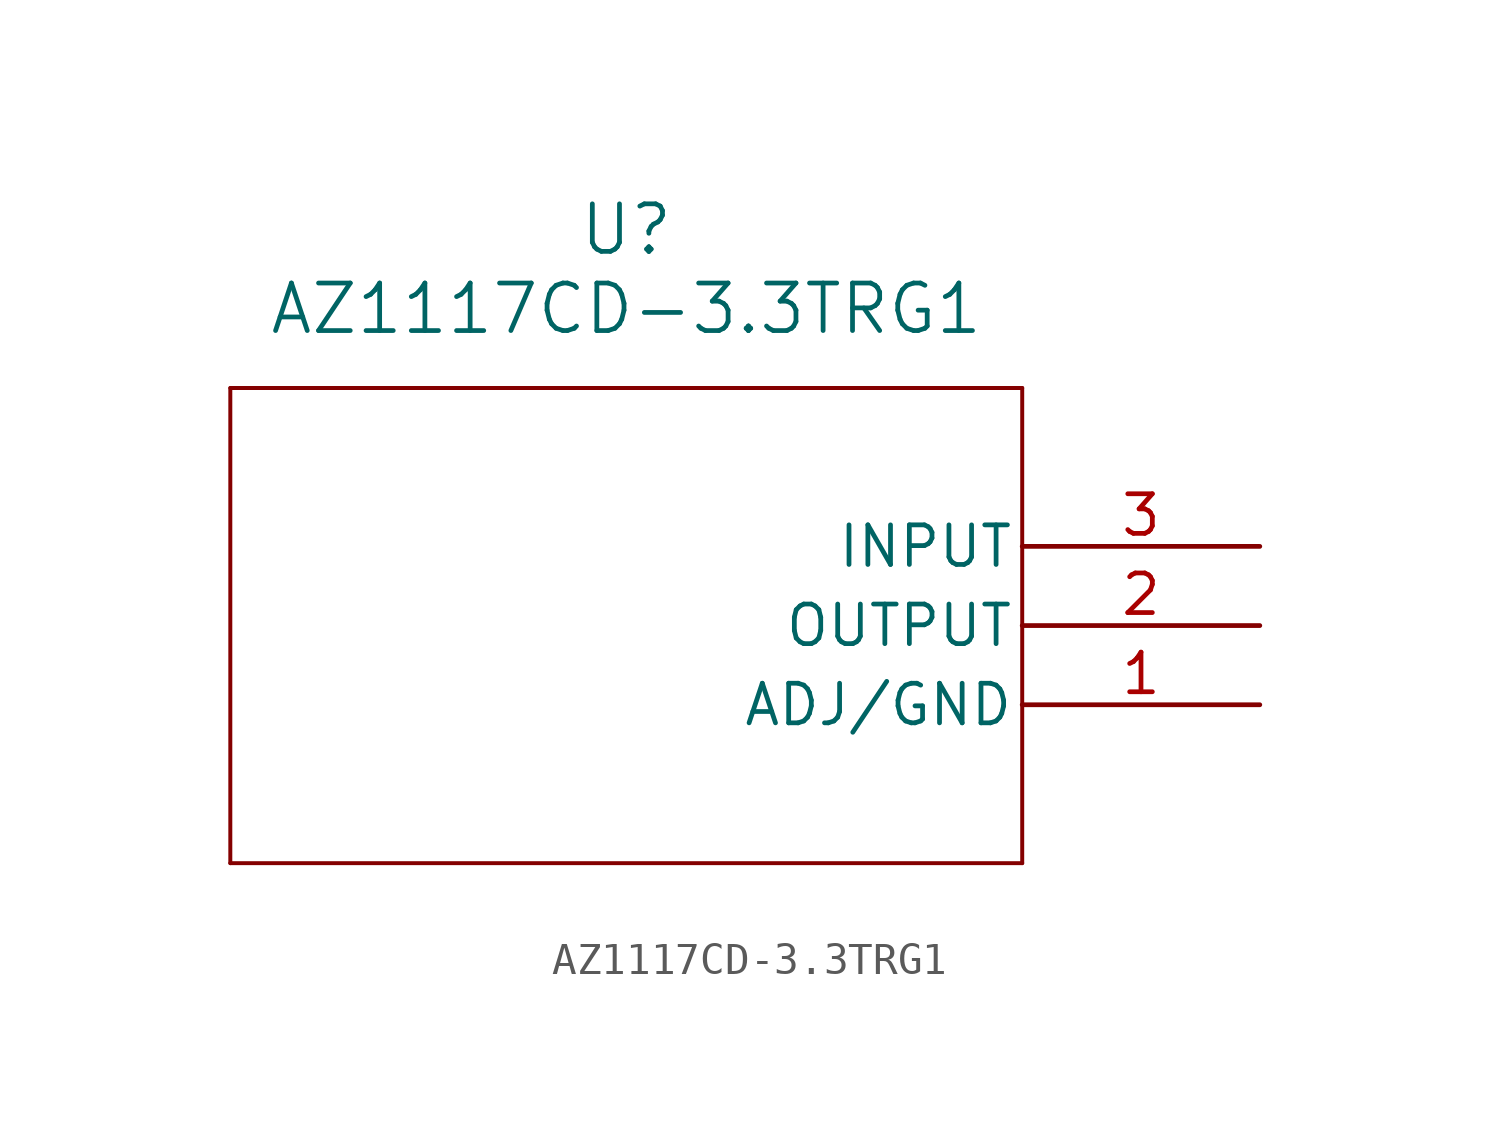
<source format=kicad_sym>
(kicad_symbol_lib
  (version 20211014)
  (generator kicad_symbol_editor)
  (symbol "AZ1117CD-3.3TRG1"
    (pin_names
      (offset 0.254))
    (property "Reference" "U"
      (at -20.32 10.16 0)
      (effects (font (size 1.524 1.524))))
    (property "Value" "AZ1117CD-3.3TRG1"
      (at -20.32 7.62 0)
      (effects (font (size 1.524 1.524))))
    (symbol "AZ1117CD-3.3TRG1_0_1"
      (polyline (pts (xy -33.02 5.08) (xy -33.02 -10.16)) (stroke (width 0.127) (type default) (color 0 0 0 0)) (fill (type none)))
      (polyline (pts (xy -33.02 -10.16) (xy -7.62 -10.16)) (stroke (width 0.127) (type default) (color 0 0 0 0)) (fill (type none)))
      (polyline (pts (xy -7.62 -10.16) (xy -7.62 5.08)) (stroke (width 0.127) (type default) (color 0 0 0 0)) (fill (type none)))
      (polyline (pts (xy -7.62 5.08) (xy -33.02 5.08)) (stroke (width 0.127) (type default) (color 0 0 0 0)) (fill (type none)))
      (pin unspecified line (at 0 -5.08 180) (length 7.62) (name "ADJ/GND" (effects (font (size 1.27 1.27)))) (number "1" (effects (font (size 1.27 1.27)))))
      (pin output line (at 0 -2.54 180) (length 7.62) (name "OUTPUT" (effects (font (size 1.27 1.27)))) (number "2" (effects (font (size 1.27 1.27)))))
      (pin input line (at 0 0 180) (length 7.62) (name "INPUT" (effects (font (size 1.27 1.27)))) (number "3" (effects (font (size 1.27 1.27))))))))
</source>
